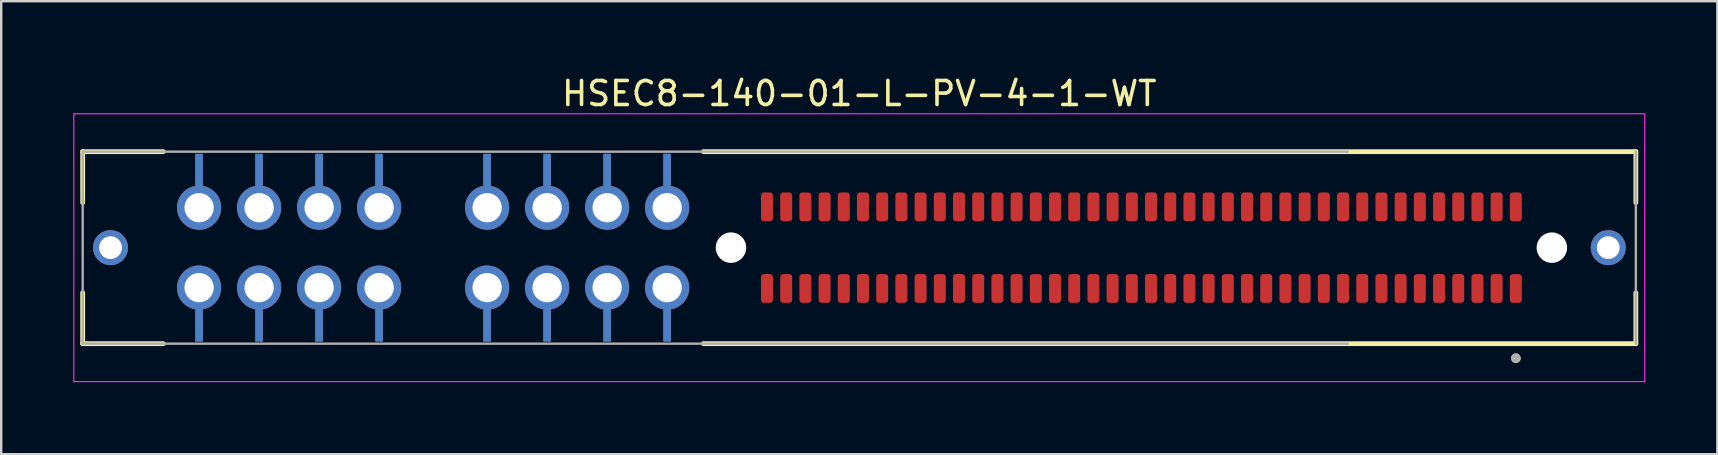
<source format=kicad_pcb>
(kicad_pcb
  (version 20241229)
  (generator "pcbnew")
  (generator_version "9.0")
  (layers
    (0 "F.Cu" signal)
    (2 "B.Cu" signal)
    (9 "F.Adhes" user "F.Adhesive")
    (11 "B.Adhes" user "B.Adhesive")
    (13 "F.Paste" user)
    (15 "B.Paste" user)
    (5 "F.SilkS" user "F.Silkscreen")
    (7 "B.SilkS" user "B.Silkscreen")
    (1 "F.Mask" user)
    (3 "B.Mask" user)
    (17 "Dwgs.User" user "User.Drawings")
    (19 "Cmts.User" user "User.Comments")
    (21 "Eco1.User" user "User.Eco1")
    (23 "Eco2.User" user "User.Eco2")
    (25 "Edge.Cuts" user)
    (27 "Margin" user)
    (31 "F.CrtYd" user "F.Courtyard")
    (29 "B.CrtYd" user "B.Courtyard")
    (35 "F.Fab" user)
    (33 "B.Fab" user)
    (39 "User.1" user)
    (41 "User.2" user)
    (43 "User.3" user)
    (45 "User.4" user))
  (footprint "HSEC8-140-01-L-PV-4-1-WT"
    (layer "F.Cu")
    (at 32.75 7.348)
    (property "Reference" "HSEC8-140-01-L-PV-4-1-WT" (at 0 -6.5 0) (unlocked yes) (layer "F.SilkS") (effects (font (size 1 1) (thickness 0.15))))
    (attr smd)
    (fp_line (start -32.355 -4.08) (end -28.995 -4.08) (stroke (width 0.2) (type solid)) (layer "F.SilkS"))
    (fp_line (start -32.355 -1.955) (end -32.355 -4.08) (stroke (width 0.2) (type solid)) (layer "F.SilkS"))
    (fp_line (start -32.355 3.92) (end -32.355 1.795) (stroke (width 0.2) (type solid)) (layer "F.SilkS"))
    (fp_line (start -28.995 3.92) (end -32.355 3.92) (stroke (width 0.2) (type solid)) (layer "F.SilkS"))
    (fp_line (start -6.495 -4.08) (end 32.355 -4.08) (stroke (width 0.2) (type solid)) (layer "F.SilkS"))
    (fp_line (start 32.355 -4.08) (end 32.355 -1.955) (stroke (width 0.2) (type solid)) (layer "F.SilkS"))
    (fp_line (start 32.355 1.795) (end 32.355 3.92) (stroke (width 0.2) (type solid)) (layer "F.SilkS"))
    (fp_line (start 32.355 3.92) (end -6.495 3.92) (stroke (width 0.2) (type solid)) (layer "F.SilkS"))
    (fp_circle (center 27.355 4.525) (end 27.455 4.525) (stroke (width 0.2) (type solid)) (fill no) (layer "F.SilkS"))
    (fp_poly (pts (xy -32.465 -1.605) (xy -29.925 -1.605) (xy -29.925 1.445) (xy -32.465 1.445)) (stroke (width 0.01) (type solid)) (fill yes) (layer "F.Paste"))
    (fp_poly (pts (xy -28.52 -5.41) (xy -26.49 -5.41) (xy -26.49 -0.33) (xy -28.52 -0.33)) (stroke (width 0.01) (type solid)) (fill yes) (layer "F.Paste"))
    (fp_poly (pts (xy -28.52 0.17) (xy -26.49 0.17) (xy -26.49 5.25) (xy -28.52 5.25)) (stroke (width 0.01) (type solid)) (fill yes) (layer "F.Paste"))
    (fp_poly (pts (xy -26.02 -5.41) (xy -23.99 -5.41) (xy -23.99 -0.33) (xy -26.02 -0.33)) (stroke (width 0.01) (type solid)) (fill yes) (layer "F.Paste"))
    (fp_poly (pts (xy -26.02 0.17) (xy -23.99 0.17) (xy -23.99 5.25) (xy -26.02 5.25)) (stroke (width 0.01) (type solid)) (fill yes) (layer "F.Paste"))
    (fp_poly (pts (xy -23.52 -5.41) (xy -21.49 -5.41) (xy -21.49 -0.33) (xy -23.52 -0.33)) (stroke (width 0.01) (type solid)) (fill yes) (layer "F.Paste"))
    (fp_poly (pts (xy -23.52 0.17) (xy -21.49 0.17) (xy -21.49 5.25) (xy -23.52 5.25)) (stroke (width 0.01) (type solid)) (fill yes) (layer "F.Paste"))
    (fp_poly (pts (xy -21.02 -5.41) (xy -18.99 -5.41) (xy -18.99 -0.33) (xy -21.02 -0.33)) (stroke (width 0.01) (type solid)) (fill yes) (layer "F.Paste"))
    (fp_poly (pts (xy -21.02 0.17) (xy -18.99 0.17) (xy -18.99 5.25) (xy -21.02 5.25)) (stroke (width 0.01) (type solid)) (fill yes) (layer "F.Paste"))
    (fp_poly (pts (xy -16.52 -5.41) (xy -14.49 -5.41) (xy -14.49 -0.33) (xy -16.52 -0.33)) (stroke (width 0.01) (type solid)) (fill yes) (layer "F.Paste"))
    (fp_poly (pts (xy -16.52 0.17) (xy -14.49 0.17) (xy -14.49 5.25) (xy -16.52 5.25)) (stroke (width 0.01) (type solid)) (fill yes) (layer "F.Paste"))
    (fp_poly (pts (xy -14.02 -5.41) (xy -11.99 -5.41) (xy -11.99 -0.33) (xy -14.02 -0.33)) (stroke (width 0.01) (type solid)) (fill yes) (layer "F.Paste"))
    (fp_poly (pts (xy -14.02 0.17) (xy -11.99 0.17) (xy -11.99 5.25) (xy -14.02 5.25)) (stroke (width 0.01) (type solid)) (fill yes) (layer "F.Paste"))
    (fp_poly (pts (xy -11.52 -5.41) (xy -9.49 -5.41) (xy -9.49 -0.33) (xy -11.52 -0.33)) (stroke (width 0.01) (type solid)) (fill yes) (layer "F.Paste"))
    (fp_poly (pts (xy -11.52 0.17) (xy -9.49 0.17) (xy -9.49 5.25) (xy -11.52 5.25)) (stroke (width 0.01) (type solid)) (fill yes) (layer "F.Paste"))
    (fp_poly (pts (xy -9.02 -5.41) (xy -6.99 -5.41) (xy -6.99 -0.33) (xy -9.02 -0.33)) (stroke (width 0.01) (type solid)) (fill yes) (layer "F.Paste"))
    (fp_poly (pts (xy -9.02 0.17) (xy -6.99 0.17) (xy -6.99 5.25) (xy -9.02 5.25)) (stroke (width 0.01) (type solid)) (fill yes) (layer "F.Paste"))
    (fp_poly (pts (xy 29.935 -1.605) (xy 32.475 -1.605) (xy 32.475 1.445) (xy 29.935 1.445)) (stroke (width 0.01) (type solid)) (fill yes) (layer "F.Paste"))
    (fp_line (start -32.725 -5.66) (end 32.725 -5.66) (stroke (width 0.05) (type solid)) (layer "F.CrtYd"))
    (fp_line (start -32.725 5.5) (end -32.725 -5.66) (stroke (width 0.05) (type solid)) (layer "F.CrtYd"))
    (fp_line (start 32.725 -5.66) (end 32.725 5.5) (stroke (width 0.05) (type solid)) (layer "F.CrtYd"))
    (fp_line (start 32.725 5.5) (end -32.725 5.5) (stroke (width 0.05) (type solid)) (layer "F.CrtYd"))
    (fp_line (start -32.355 -4.08) (end 20.355 -4.08) (stroke (width 0.1) (type solid)) (layer "F.Fab"))
    (fp_line (start -32.355 3.92) (end -32.355 -4.08) (stroke (width 0.1) (type solid)) (layer "F.Fab"))
    (fp_line (start 20.355 3.92) (end -32.355 3.92) (stroke (width 0.1) (type solid)) (layer "F.Fab"))
    (fp_line (start 32.355 -4.08) (end 32.355 3.92) (stroke (width 0.1) (type solid)) (layer "F.Fab"))
    (fp_circle (center 27.355 4.525) (end 27.455 4.525) (stroke (width 0.2) (type solid)) (fill no) (layer "F.Fab"))
    (pad "" np_thru_hole circle (at -5.345 -0.08) (size 1.27 1.27) (drill 1.27) (layers "*.Cu" "*.Mask"))
    (pad "" np_thru_hole circle (at 28.855 -0.08) (size 1.27 1.27) (drill 1.27) (layers "*.Cu" "*.Mask"))
    (pad "1" smd roundrect (at 27.355 1.62) (size 0.5 1.2) (layers "F.Cu" "F.Mask" "F.Paste") (roundrect_rratio 0.25))
    (pad "2" smd roundrect (at 27.355 -1.78) (size 0.5 1.2) (layers "F.Cu" "F.Mask" "F.Paste") (roundrect_rratio 0.25))
    (pad "3" smd roundrect (at 26.555 1.62) (size 0.5 1.2) (layers "F.Cu" "F.Mask" "F.Paste") (roundrect_rratio 0.25))
    (pad "4" smd roundrect (at 26.555 -1.78) (size 0.5 1.2) (layers "F.Cu" "F.Mask" "F.Paste") (roundrect_rratio 0.25))
    (pad "5" smd roundrect (at 25.755 1.62) (size 0.5 1.2) (layers "F.Cu" "F.Mask" "F.Paste") (roundrect_rratio 0.25))
    (pad "6" smd roundrect (at 25.755 -1.78) (size 0.5 1.2) (layers "F.Cu" "F.Mask" "F.Paste") (roundrect_rratio 0.25))
    (pad "7" smd roundrect (at 24.955 1.62) (size 0.5 1.2) (layers "F.Cu" "F.Mask" "F.Paste") (roundrect_rratio 0.25))
    (pad "8" smd roundrect (at 24.955 -1.78) (size 0.5 1.2) (layers "F.Cu" "F.Mask" "F.Paste") (roundrect_rratio 0.25))
    (pad "9" smd roundrect (at 24.155 1.62) (size 0.5 1.2) (layers "F.Cu" "F.Mask" "F.Paste") (roundrect_rratio 0.25))
    (pad "10" smd roundrect (at 24.155 -1.78) (size 0.5 1.2) (layers "F.Cu" "F.Mask" "F.Paste") (roundrect_rratio 0.25))
    (pad "11" smd roundrect (at 23.355 1.62) (size 0.5 1.2) (layers "F.Cu" "F.Mask" "F.Paste") (roundrect_rratio 0.25))
    (pad "12" smd roundrect (at 23.355 -1.78) (size 0.5 1.2) (layers "F.Cu" "F.Mask" "F.Paste") (roundrect_rratio 0.25))
    (pad "13" smd roundrect (at 22.555 1.62) (size 0.5 1.2) (layers "F.Cu" "F.Mask" "F.Paste") (roundrect_rratio 0.25))
    (pad "14" smd roundrect (at 22.555 -1.78) (size 0.5 1.2) (layers "F.Cu" "F.Mask" "F.Paste") (roundrect_rratio 0.25))
    (pad "15" smd roundrect (at 21.755 1.62) (size 0.5 1.2) (layers "F.Cu" "F.Mask" "F.Paste") (roundrect_rratio 0.25))
    (pad "16" smd roundrect (at 21.755 -1.78) (size 0.5 1.2) (layers "F.Cu" "F.Mask" "F.Paste") (roundrect_rratio 0.25))
    (pad "17" smd roundrect (at 20.955 1.62) (size 0.5 1.2) (layers "F.Cu" "F.Mask" "F.Paste") (roundrect_rratio 0.25))
    (pad "18" smd roundrect (at 20.955 -1.78) (size 0.5 1.2) (layers "F.Cu" "F.Mask" "F.Paste") (roundrect_rratio 0.25))
    (pad "19" smd roundrect (at 20.155 1.62) (size 0.5 1.2) (layers "F.Cu" "F.Mask" "F.Paste") (roundrect_rratio 0.25))
    (pad "20" smd roundrect (at 20.155 -1.78) (size 0.5 1.2) (layers "F.Cu" "F.Mask" "F.Paste") (roundrect_rratio 0.25))
    (pad "21" smd roundrect (at 19.355 1.62) (size 0.5 1.2) (layers "F.Cu" "F.Mask" "F.Paste") (roundrect_rratio 0.25))
    (pad "22" smd roundrect (at 19.355 -1.78) (size 0.5 1.2) (layers "F.Cu" "F.Mask" "F.Paste") (roundrect_rratio 0.25))
    (pad "23" smd roundrect (at 18.555 1.62) (size 0.5 1.2) (layers "F.Cu" "F.Mask" "F.Paste") (roundrect_rratio 0.25))
    (pad "24" smd roundrect (at 18.555 -1.78) (size 0.5 1.2) (layers "F.Cu" "F.Mask" "F.Paste") (roundrect_rratio 0.25))
    (pad "25" smd roundrect (at 17.755 1.62) (size 0.5 1.2) (layers "F.Cu" "F.Mask" "F.Paste") (roundrect_rratio 0.25))
    (pad "26" smd roundrect (at 17.755 -1.78) (size 0.5 1.2) (layers "F.Cu" "F.Mask" "F.Paste") (roundrect_rratio 0.25))
    (pad "27" smd roundrect (at 16.955 1.62) (size 0.5 1.2) (layers "F.Cu" "F.Mask" "F.Paste") (roundrect_rratio 0.25))
    (pad "28" smd roundrect (at 16.955 -1.78) (size 0.5 1.2) (layers "F.Cu" "F.Mask" "F.Paste") (roundrect_rratio 0.25))
    (pad "29" smd roundrect (at 16.155 1.62) (size 0.5 1.2) (layers "F.Cu" "F.Mask" "F.Paste") (roundrect_rratio 0.25))
    (pad "30" smd roundrect (at 16.155 -1.78) (size 0.5 1.2) (layers "F.Cu" "F.Mask" "F.Paste") (roundrect_rratio 0.25))
    (pad "31" smd roundrect (at 15.355 1.62) (size 0.5 1.2) (layers "F.Cu" "F.Mask" "F.Paste") (roundrect_rratio 0.25))
    (pad "32" smd roundrect (at 15.355 -1.78) (size 0.5 1.2) (layers "F.Cu" "F.Mask" "F.Paste") (roundrect_rratio 0.25))
    (pad "33" smd roundrect (at 14.555 1.62) (size 0.5 1.2) (layers "F.Cu" "F.Mask" "F.Paste") (roundrect_rratio 0.25))
    (pad "34" smd roundrect (at 14.555 -1.78) (size 0.5 1.2) (layers "F.Cu" "F.Mask" "F.Paste") (roundrect_rratio 0.25))
    (pad "35" smd roundrect (at 13.755 1.62) (size 0.5 1.2) (layers "F.Cu" "F.Mask" "F.Paste") (roundrect_rratio 0.25))
    (pad "36" smd roundrect (at 13.755 -1.78) (size 0.5 1.2) (layers "F.Cu" "F.Mask" "F.Paste") (roundrect_rratio 0.25))
    (pad "37" smd roundrect (at 12.955 1.62) (size 0.5 1.2) (layers "F.Cu" "F.Mask" "F.Paste") (roundrect_rratio 0.25))
    (pad "38" smd roundrect (at 12.955 -1.78) (size 0.5 1.2) (layers "F.Cu" "F.Mask" "F.Paste") (roundrect_rratio 0.25))
    (pad "39" smd roundrect (at 12.155 1.62) (size 0.5 1.2) (layers "F.Cu" "F.Mask" "F.Paste") (roundrect_rratio 0.25))
    (pad "40" smd roundrect (at 12.155 -1.78) (size 0.5 1.2) (layers "F.Cu" "F.Mask" "F.Paste") (roundrect_rratio 0.25))
    (pad "41" smd roundrect (at 11.355 1.62) (size 0.5 1.2) (layers "F.Cu" "F.Mask" "F.Paste") (roundrect_rratio 0.25))
    (pad "42" smd roundrect (at 11.355 -1.78) (size 0.5 1.2) (layers "F.Cu" "F.Mask" "F.Paste") (roundrect_rratio 0.25))
    (pad "43" smd roundrect (at 10.555 1.62) (size 0.5 1.2) (layers "F.Cu" "F.Mask" "F.Paste") (roundrect_rratio 0.25))
    (pad "44" smd roundrect (at 10.555 -1.78) (size 0.5 1.2) (layers "F.Cu" "F.Mask" "F.Paste") (roundrect_rratio 0.25))
    (pad "45" smd roundrect (at 9.755 1.62) (size 0.5 1.2) (layers "F.Cu" "F.Mask" "F.Paste") (roundrect_rratio 0.25))
    (pad "46" smd roundrect (at 9.755 -1.78) (size 0.5 1.2) (layers "F.Cu" "F.Mask" "F.Paste") (roundrect_rratio 0.25))
    (pad "47" smd roundrect (at 8.955 1.62) (size 0.5 1.2) (layers "F.Cu" "F.Mask" "F.Paste") (roundrect_rratio 0.25))
    (pad "48" smd roundrect (at 8.955 -1.78) (size 0.5 1.2) (layers "F.Cu" "F.Mask" "F.Paste") (roundrect_rratio 0.25))
    (pad "49" smd roundrect (at 8.155 1.62) (size 0.5 1.2) (layers "F.Cu" "F.Mask" "F.Paste") (roundrect_rratio 0.25))
    (pad "50" smd roundrect (at 8.155 -1.78) (size 0.5 1.2) (layers "F.Cu" "F.Mask" "F.Paste") (roundrect_rratio 0.25))
    (pad "51" smd roundrect (at 7.355 1.62) (size 0.5 1.2) (layers "F.Cu" "F.Mask" "F.Paste") (roundrect_rratio 0.25))
    (pad "52" smd roundrect (at 7.355 -1.78) (size 0.5 1.2) (layers "F.Cu" "F.Mask" "F.Paste") (roundrect_rratio 0.25))
    (pad "53" smd roundrect (at 6.555 1.62) (size 0.5 1.2) (layers "F.Cu" "F.Mask" "F.Paste") (roundrect_rratio 0.25))
    (pad "54" smd roundrect (at 6.555 -1.78) (size 0.5 1.2) (layers "F.Cu" "F.Mask" "F.Paste") (roundrect_rratio 0.25))
    (pad "55" smd roundrect (at 5.755 1.62) (size 0.5 1.2) (layers "F.Cu" "F.Mask" "F.Paste") (roundrect_rratio 0.25))
    (pad "56" smd roundrect (at 5.755 -1.78) (size 0.5 1.2) (layers "F.Cu" "F.Mask" "F.Paste") (roundrect_rratio 0.25))
    (pad "57" smd roundrect (at 4.955 1.62) (size 0.5 1.2) (layers "F.Cu" "F.Mask" "F.Paste") (roundrect_rratio 0.25))
    (pad "58" smd roundrect (at 4.955 -1.78) (size 0.5 1.2) (layers "F.Cu" "F.Mask" "F.Paste") (roundrect_rratio 0.25))
    (pad "59" smd roundrect (at 4.155 1.62) (size 0.5 1.2) (layers "F.Cu" "F.Mask" "F.Paste") (roundrect_rratio 0.25))
    (pad "60" smd roundrect (at 4.155 -1.78) (size 0.5 1.2) (layers "F.Cu" "F.Mask" "F.Paste") (roundrect_rratio 0.25))
    (pad "61" smd roundrect (at 3.355 1.62) (size 0.5 1.2) (layers "F.Cu" "F.Mask" "F.Paste") (roundrect_rratio 0.25))
    (pad "62" smd roundrect (at 3.355 -1.78) (size 0.5 1.2) (layers "F.Cu" "F.Mask" "F.Paste") (roundrect_rratio 0.25))
    (pad "63" smd roundrect (at 2.555 1.62) (size 0.5 1.2) (layers "F.Cu" "F.Mask" "F.Paste") (roundrect_rratio 0.25))
    (pad "64" smd roundrect (at 2.555 -1.78) (size 0.5 1.2) (layers "F.Cu" "F.Mask" "F.Paste") (roundrect_rratio 0.25))
    (pad "65" smd roundrect (at 1.755 1.62) (size 0.5 1.2) (layers "F.Cu" "F.Mask" "F.Paste") (roundrect_rratio 0.25))
    (pad "66" smd roundrect (at 1.755 -1.78) (size 0.5 1.2) (layers "F.Cu" "F.Mask" "F.Paste") (roundrect_rratio 0.25))
    (pad "67" smd roundrect (at 0.955 1.62) (size 0.5 1.2) (layers "F.Cu" "F.Mask" "F.Paste") (roundrect_rratio 0.25))
    (pad "68" smd roundrect (at 0.955 -1.78) (size 0.5 1.2) (layers "F.Cu" "F.Mask" "F.Paste") (roundrect_rratio 0.25))
    (pad "69" smd roundrect (at 0.155 1.62) (size 0.5 1.2) (layers "F.Cu" "F.Mask" "F.Paste") (roundrect_rratio 0.25))
    (pad "70" smd roundrect (at 0.155 -1.78) (size 0.5 1.2) (layers "F.Cu" "F.Mask" "F.Paste") (roundrect_rratio 0.25))
    (pad "71" smd roundrect (at -0.645 1.62) (size 0.5 1.2) (layers "F.Cu" "F.Mask" "F.Paste") (roundrect_rratio 0.25))
    (pad "72" smd roundrect (at -0.645 -1.78) (size 0.5 1.2) (layers "F.Cu" "F.Mask" "F.Paste") (roundrect_rratio 0.25))
    (pad "73" smd roundrect (at -1.445 1.62) (size 0.5 1.2) (layers "F.Cu" "F.Mask" "F.Paste") (roundrect_rratio 0.25))
    (pad "74" smd roundrect (at -1.445 -1.78) (size 0.5 1.2) (layers "F.Cu" "F.Mask" "F.Paste") (roundrect_rratio 0.25))
    (pad "75" smd roundrect (at -2.245 1.62) (size 0.5 1.2) (layers "F.Cu" "F.Mask" "F.Paste") (roundrect_rratio 0.25))
    (pad "76" smd roundrect (at -2.245 -1.78) (size 0.5 1.2) (layers "F.Cu" "F.Mask" "F.Paste") (roundrect_rratio 0.25))
    (pad "77" smd roundrect (at -3.045 1.62) (size 0.5 1.2) (layers "F.Cu" "F.Mask" "F.Paste") (roundrect_rratio 0.25))
    (pad "78" smd roundrect (at -3.045 -1.78) (size 0.5 1.2) (layers "F.Cu" "F.Mask" "F.Paste") (roundrect_rratio 0.25))
    (pad "79" smd roundrect (at -3.845 1.62) (size 0.5 1.2) (layers "F.Cu" "F.Mask" "F.Paste") (roundrect_rratio 0.25))
    (pad "80" smd roundrect (at -3.845 -1.78) (size 0.5 1.2) (layers "F.Cu" "F.Mask" "F.Paste") (roundrect_rratio 0.25))
    (pad "P01" thru_hole custom (at -15.505 1.585 180) (size 1.83 1.83) (drill 1.22) (layers "*.Cu" "*.Mask") (remove_unused_layers yes) (keep_end_layers yes) (zone_layer_connections) (options (anchor circle)) (primitives (gr_poly (pts (xy 0.155 -0.9) (xy 0.196 -0.892) (xy 0.238 -0.883) (xy 0.28 -0.871) (xy 0.32 -0.857) (xy 0.36 -0.842) (xy 0.4 -0.824) (xy 0.438 -0.805) (xy 0.476 -0.783) (xy 0.512 -0.761) (xy 0.547 -0.736) (xy 0.581 -0.71) (xy 0.614 -0.682) (xy 0.646 -0.652) (xy 0.676 -0.621) (xy 0.704 -0.589) (xy 0.731 -0.555) (xy 0.756 -0.52) (xy 0.78 -0.484) (xy 0.801 -0.447) (xy 0.821 -0.409) (xy 0.84 -0.37) (xy 0.856 -0.33) (xy 0.87 -0.29) (xy 0.883 -0.249) (xy 0.893 -0.207) (xy 0.902 -0.165) (xy 0.908 -0.122) (xy 0.912 -0.079) (xy 0.915 -0.036) (xy 0.915 0) (xy 0.914 0.048) (xy 0.91 0.096) (xy 0.904 0.143) (xy 0.895 0.19) (xy 0.884 0.237) (xy 0.87 0.283) (xy 0.854 0.328) (xy 0.836 0.372) (xy 0.815 0.415) (xy 0.792 0.457) (xy 0.767 0.498) (xy 0.74 0.538) (xy 0.711 0.576) (xy 0.68 0.612) (xy 0.647 0.647) (xy 0.612 0.68) (xy 0.576 0.711) (xy 0.538 0.74) (xy 0.498 0.767) (xy 0.458 0.792) (xy 0.415 0.815) (xy 0.372 0.836) (xy 0.328 0.854) (xy 0.283 0.87) (xy 0.237 0.884) (xy 0.19 0.895) (xy 0.143 0.904) (xy 0.096 0.91) (xy 0.048 0.914) (xy 0 0.915) (xy -0.048 0.914) (xy -0.096 0.91) (xy -0.143 0.904) (xy -0.19 0.895) (xy -0.237 0.884) (xy -0.283 0.87) (xy -0.328 0.854) (xy -0.372 0.836) (xy -0.415 0.815) (xy -0.458 0.792) (xy -0.498 0.767) (xy -0.538 0.74) (xy -0.576 0.711) (xy -0.612 0.68) (xy -0.647 0.647) (xy -0.68 0.612) (xy -0.711 0.576) (xy -0.74 0.538) (xy -0.767 0.498) (xy -0.792 0.458) (xy -0.815 0.415) (xy -0.836 0.372) (xy -0.854 0.328) (xy -0.87 0.283) (xy -0.884 0.237) (xy -0.895 0.19) (xy -0.904 0.143) (xy -0.91 0.096) (xy -0.914 0.048) (xy -0.915 0) (xy -0.915 -0.036) (xy -0.912 -0.079) (xy -0.908 -0.122) (xy -0.902 -0.165) (xy -0.893 -0.207) (xy -0.883 -0.249) (xy -0.87 -0.29) (xy -0.856 -0.33) (xy -0.84 -0.37) (xy -0.821 -0.409) (xy -0.801 -0.447) (xy -0.78 -0.484) (xy -0.756 -0.52) (xy -0.731 -0.555) (xy -0.704 -0.589) (xy -0.676 -0.621) (xy -0.646 -0.652) (xy -0.614 -0.682) (xy -0.581 -0.71) (xy -0.547 -0.736) (xy -0.512 -0.761) (xy -0.476 -0.783) (xy -0.438 -0.805) (xy -0.4 -0.824) (xy -0.36 -0.842) (xy -0.32 -0.857) (xy -0.28 -0.871) (xy -0.238 -0.883) (xy -0.196 -0.892) (xy -0.155 -0.9) (xy -0.155 -2.24) (xy 0.155 -2.24) (xy 0.155 -0.9)) (width 0.01) (fill yes))))
    (pad "P01" thru_hole custom (at -13.005 1.585 180) (size 1.83 1.83) (drill 1.22) (layers "*.Cu" "*.Mask") (remove_unused_layers yes) (keep_end_layers yes) (zone_layer_connections) (options (anchor circle)) (primitives (gr_poly (pts (xy 0.155 -0.9) (xy 0.196 -0.892) (xy 0.238 -0.883) (xy 0.28 -0.871) (xy 0.32 -0.857) (xy 0.36 -0.842) (xy 0.4 -0.824) (xy 0.438 -0.805) (xy 0.476 -0.783) (xy 0.512 -0.761) (xy 0.547 -0.736) (xy 0.581 -0.71) (xy 0.614 -0.682) (xy 0.646 -0.652) (xy 0.676 -0.621) (xy 0.704 -0.589) (xy 0.731 -0.555) (xy 0.756 -0.52) (xy 0.78 -0.484) (xy 0.801 -0.447) (xy 0.821 -0.409) (xy 0.84 -0.37) (xy 0.856 -0.33) (xy 0.87 -0.29) (xy 0.883 -0.249) (xy 0.893 -0.207) (xy 0.902 -0.165) (xy 0.908 -0.122) (xy 0.912 -0.079) (xy 0.915 -0.036) (xy 0.915 0) (xy 0.914 0.048) (xy 0.91 0.096) (xy 0.904 0.143) (xy 0.895 0.19) (xy 0.884 0.237) (xy 0.87 0.283) (xy 0.854 0.328) (xy 0.836 0.372) (xy 0.815 0.415) (xy 0.792 0.457) (xy 0.767 0.498) (xy 0.74 0.538) (xy 0.711 0.576) (xy 0.68 0.612) (xy 0.647 0.647) (xy 0.612 0.68) (xy 0.576 0.711) (xy 0.538 0.74) (xy 0.498 0.767) (xy 0.458 0.792) (xy 0.415 0.815) (xy 0.372 0.836) (xy 0.328 0.854) (xy 0.283 0.87) (xy 0.237 0.884) (xy 0.19 0.895) (xy 0.143 0.904) (xy 0.096 0.91) (xy 0.048 0.914) (xy 0 0.915) (xy -0.048 0.914) (xy -0.096 0.91) (xy -0.143 0.904) (xy -0.19 0.895) (xy -0.237 0.884) (xy -0.283 0.87) (xy -0.328 0.854) (xy -0.372 0.836) (xy -0.415 0.815) (xy -0.458 0.792) (xy -0.498 0.767) (xy -0.538 0.74) (xy -0.576 0.711) (xy -0.612 0.68) (xy -0.647 0.647) (xy -0.68 0.612) (xy -0.711 0.576) (xy -0.74 0.538) (xy -0.767 0.498) (xy -0.792 0.458) (xy -0.815 0.415) (xy -0.836 0.372) (xy -0.854 0.328) (xy -0.87 0.283) (xy -0.884 0.237) (xy -0.895 0.19) (xy -0.904 0.143) (xy -0.91 0.096) (xy -0.914 0.048) (xy -0.915 0) (xy -0.915 -0.036) (xy -0.912 -0.079) (xy -0.908 -0.122) (xy -0.902 -0.165) (xy -0.893 -0.207) (xy -0.883 -0.249) (xy -0.87 -0.29) (xy -0.856 -0.33) (xy -0.84 -0.37) (xy -0.821 -0.409) (xy -0.801 -0.447) (xy -0.78 -0.484) (xy -0.756 -0.52) (xy -0.731 -0.555) (xy -0.704 -0.589) (xy -0.676 -0.621) (xy -0.646 -0.652) (xy -0.614 -0.682) (xy -0.581 -0.71) (xy -0.547 -0.736) (xy -0.512 -0.761) (xy -0.476 -0.783) (xy -0.438 -0.805) (xy -0.4 -0.824) (xy -0.36 -0.842) (xy -0.32 -0.857) (xy -0.28 -0.871) (xy -0.238 -0.883) (xy -0.196 -0.892) (xy -0.155 -0.9) (xy -0.155 -2.24) (xy 0.155 -2.24) (xy 0.155 -0.9)) (width 0.01) (fill yes))))
    (pad "P01" thru_hole custom (at -10.505 1.585 180) (size 1.83 1.83) (drill 1.22) (layers "*.Cu" "*.Mask") (remove_unused_layers yes) (keep_end_layers yes) (zone_layer_connections) (options (anchor circle)) (primitives (gr_poly (pts (xy 0.155 -0.9) (xy 0.196 -0.892) (xy 0.238 -0.883) (xy 0.28 -0.871) (xy 0.32 -0.857) (xy 0.36 -0.842) (xy 0.4 -0.824) (xy 0.438 -0.805) (xy 0.476 -0.783) (xy 0.512 -0.761) (xy 0.547 -0.736) (xy 0.581 -0.71) (xy 0.614 -0.682) (xy 0.646 -0.652) (xy 0.676 -0.621) (xy 0.704 -0.589) (xy 0.731 -0.555) (xy 0.756 -0.52) (xy 0.78 -0.484) (xy 0.801 -0.447) (xy 0.821 -0.409) (xy 0.84 -0.37) (xy 0.856 -0.33) (xy 0.87 -0.29) (xy 0.883 -0.249) (xy 0.893 -0.207) (xy 0.902 -0.165) (xy 0.908 -0.122) (xy 0.912 -0.079) (xy 0.915 -0.036) (xy 0.915 0) (xy 0.914 0.048) (xy 0.91 0.096) (xy 0.904 0.143) (xy 0.895 0.19) (xy 0.884 0.237) (xy 0.87 0.283) (xy 0.854 0.328) (xy 0.836 0.372) (xy 0.815 0.415) (xy 0.792 0.457) (xy 0.767 0.498) (xy 0.74 0.538) (xy 0.711 0.576) (xy 0.68 0.612) (xy 0.647 0.647) (xy 0.612 0.68) (xy 0.576 0.711) (xy 0.538 0.74) (xy 0.498 0.767) (xy 0.458 0.792) (xy 0.415 0.815) (xy 0.372 0.836) (xy 0.328 0.854) (xy 0.283 0.87) (xy 0.237 0.884) (xy 0.19 0.895) (xy 0.143 0.904) (xy 0.096 0.91) (xy 0.048 0.914) (xy 0 0.915) (xy -0.048 0.914) (xy -0.096 0.91) (xy -0.143 0.904) (xy -0.19 0.895) (xy -0.237 0.884) (xy -0.283 0.87) (xy -0.328 0.854) (xy -0.372 0.836) (xy -0.415 0.815) (xy -0.458 0.792) (xy -0.498 0.767) (xy -0.538 0.74) (xy -0.576 0.711) (xy -0.612 0.68) (xy -0.647 0.647) (xy -0.68 0.612) (xy -0.711 0.576) (xy -0.74 0.538) (xy -0.767 0.498) (xy -0.792 0.458) (xy -0.815 0.415) (xy -0.836 0.372) (xy -0.854 0.328) (xy -0.87 0.283) (xy -0.884 0.237) (xy -0.895 0.19) (xy -0.904 0.143) (xy -0.91 0.096) (xy -0.914 0.048) (xy -0.915 0) (xy -0.915 -0.036) (xy -0.912 -0.079) (xy -0.908 -0.122) (xy -0.902 -0.165) (xy -0.893 -0.207) (xy -0.883 -0.249) (xy -0.87 -0.29) (xy -0.856 -0.33) (xy -0.84 -0.37) (xy -0.821 -0.409) (xy -0.801 -0.447) (xy -0.78 -0.484) (xy -0.756 -0.52) (xy -0.731 -0.555) (xy -0.704 -0.589) (xy -0.676 -0.621) (xy -0.646 -0.652) (xy -0.614 -0.682) (xy -0.581 -0.71) (xy -0.547 -0.736) (xy -0.512 -0.761) (xy -0.476 -0.783) (xy -0.438 -0.805) (xy -0.4 -0.824) (xy -0.36 -0.842) (xy -0.32 -0.857) (xy -0.28 -0.871) (xy -0.238 -0.883) (xy -0.196 -0.892) (xy -0.155 -0.9) (xy -0.155 -2.24) (xy 0.155 -2.24) (xy 0.155 -0.9)) (width 0.01) (fill yes))))
    (pad "P01" thru_hole custom (at -8.005 1.585 180) (size 1.83 1.83) (drill 1.22) (layers "*.Cu" "*.Mask") (remove_unused_layers yes) (keep_end_layers yes) (zone_layer_connections) (options (anchor circle)) (primitives (gr_poly (pts (xy 0.155 -0.9) (xy 0.196 -0.892) (xy 0.238 -0.883) (xy 0.28 -0.871) (xy 0.32 -0.857) (xy 0.36 -0.842) (xy 0.4 -0.824) (xy 0.438 -0.805) (xy 0.476 -0.783) (xy 0.512 -0.761) (xy 0.547 -0.736) (xy 0.581 -0.71) (xy 0.614 -0.682) (xy 0.646 -0.652) (xy 0.676 -0.621) (xy 0.704 -0.589) (xy 0.731 -0.555) (xy 0.756 -0.52) (xy 0.78 -0.484) (xy 0.801 -0.447) (xy 0.821 -0.409) (xy 0.84 -0.37) (xy 0.856 -0.33) (xy 0.87 -0.29) (xy 0.883 -0.249) (xy 0.893 -0.207) (xy 0.902 -0.165) (xy 0.908 -0.122) (xy 0.912 -0.079) (xy 0.915 -0.036) (xy 0.915 0) (xy 0.914 0.048) (xy 0.91 0.096) (xy 0.904 0.143) (xy 0.895 0.19) (xy 0.884 0.237) (xy 0.87 0.283) (xy 0.854 0.328) (xy 0.836 0.372) (xy 0.815 0.415) (xy 0.792 0.457) (xy 0.767 0.498) (xy 0.74 0.538) (xy 0.711 0.576) (xy 0.68 0.612) (xy 0.647 0.647) (xy 0.612 0.68) (xy 0.576 0.711) (xy 0.538 0.74) (xy 0.498 0.767) (xy 0.458 0.792) (xy 0.415 0.815) (xy 0.372 0.836) (xy 0.328 0.854) (xy 0.283 0.87) (xy 0.237 0.884) (xy 0.19 0.895) (xy 0.143 0.904) (xy 0.096 0.91) (xy 0.048 0.914) (xy 0 0.915) (xy -0.048 0.914) (xy -0.096 0.91) (xy -0.143 0.904) (xy -0.19 0.895) (xy -0.237 0.884) (xy -0.283 0.87) (xy -0.328 0.854) (xy -0.372 0.836) (xy -0.415 0.815) (xy -0.458 0.792) (xy -0.498 0.767) (xy -0.538 0.74) (xy -0.576 0.711) (xy -0.612 0.68) (xy -0.647 0.647) (xy -0.68 0.612) (xy -0.711 0.576) (xy -0.74 0.538) (xy -0.767 0.498) (xy -0.792 0.458) (xy -0.815 0.415) (xy -0.836 0.372) (xy -0.854 0.328) (xy -0.87 0.283) (xy -0.884 0.237) (xy -0.895 0.19) (xy -0.904 0.143) (xy -0.91 0.096) (xy -0.914 0.048) (xy -0.915 0) (xy -0.915 -0.036) (xy -0.912 -0.079) (xy -0.908 -0.122) (xy -0.902 -0.165) (xy -0.893 -0.207) (xy -0.883 -0.249) (xy -0.87 -0.29) (xy -0.856 -0.33) (xy -0.84 -0.37) (xy -0.821 -0.409) (xy -0.801 -0.447) (xy -0.78 -0.484) (xy -0.756 -0.52) (xy -0.731 -0.555) (xy -0.704 -0.589) (xy -0.676 -0.621) (xy -0.646 -0.652) (xy -0.614 -0.682) (xy -0.581 -0.71) (xy -0.547 -0.736) (xy -0.512 -0.761) (xy -0.476 -0.783) (xy -0.438 -0.805) (xy -0.4 -0.824) (xy -0.36 -0.842) (xy -0.32 -0.857) (xy -0.28 -0.871) (xy -0.238 -0.883) (xy -0.196 -0.892) (xy -0.155 -0.9) (xy -0.155 -2.24) (xy 0.155 -2.24) (xy 0.155 -0.9)) (width 0.01) (fill yes))))
    (pad "P02" thru_hole custom (at -15.505 -1.745) (size 1.83 1.83) (drill 1.22) (layers "*.Cu" "*.Mask") (remove_unused_layers yes) (keep_end_layers yes) (zone_layer_connections) (options (anchor circle)) (primitives (gr_poly (pts (xy 0.155 -0.9) (xy 0.196 -0.892) (xy 0.238 -0.883) (xy 0.28 -0.871) (xy 0.32 -0.857) (xy 0.36 -0.842) (xy 0.4 -0.824) (xy 0.438 -0.805) (xy 0.476 -0.783) (xy 0.512 -0.761) (xy 0.547 -0.736) (xy 0.581 -0.71) (xy 0.614 -0.682) (xy 0.646 -0.652) (xy 0.676 -0.621) (xy 0.704 -0.589) (xy 0.731 -0.555) (xy 0.756 -0.52) (xy 0.78 -0.484) (xy 0.801 -0.447) (xy 0.821 -0.409) (xy 0.84 -0.37) (xy 0.856 -0.33) (xy 0.87 -0.29) (xy 0.883 -0.249) (xy 0.893 -0.207) (xy 0.902 -0.165) (xy 0.908 -0.122) (xy 0.912 -0.079) (xy 0.915 -0.036) (xy 0.915 0) (xy 0.914 0.048) (xy 0.91 0.096) (xy 0.904 0.143) (xy 0.895 0.19) (xy 0.884 0.237) (xy 0.87 0.283) (xy 0.854 0.328) (xy 0.836 0.372) (xy 0.815 0.415) (xy 0.792 0.457) (xy 0.767 0.498) (xy 0.74 0.538) (xy 0.711 0.576) (xy 0.68 0.612) (xy 0.647 0.647) (xy 0.612 0.68) (xy 0.576 0.711) (xy 0.538 0.74) (xy 0.498 0.767) (xy 0.458 0.792) (xy 0.415 0.815) (xy 0.372 0.836) (xy 0.328 0.854) (xy 0.283 0.87) (xy 0.237 0.884) (xy 0.19 0.895) (xy 0.143 0.904) (xy 0.096 0.91) (xy 0.048 0.914) (xy 0 0.915) (xy -0.048 0.914) (xy -0.096 0.91) (xy -0.143 0.904) (xy -0.19 0.895) (xy -0.237 0.884) (xy -0.283 0.87) (xy -0.328 0.854) (xy -0.372 0.836) (xy -0.415 0.815) (xy -0.458 0.792) (xy -0.498 0.767) (xy -0.538 0.74) (xy -0.576 0.711) (xy -0.612 0.68) (xy -0.647 0.647) (xy -0.68 0.612) (xy -0.711 0.576) (xy -0.74 0.538) (xy -0.767 0.498) (xy -0.792 0.458) (xy -0.815 0.415) (xy -0.836 0.372) (xy -0.854 0.328) (xy -0.87 0.283) (xy -0.884 0.237) (xy -0.895 0.19) (xy -0.904 0.143) (xy -0.91 0.096) (xy -0.914 0.048) (xy -0.915 0) (xy -0.915 -0.036) (xy -0.912 -0.079) (xy -0.908 -0.122) (xy -0.902 -0.165) (xy -0.893 -0.207) (xy -0.883 -0.249) (xy -0.87 -0.29) (xy -0.856 -0.33) (xy -0.84 -0.37) (xy -0.821 -0.409) (xy -0.801 -0.447) (xy -0.78 -0.484) (xy -0.756 -0.52) (xy -0.731 -0.555) (xy -0.704 -0.589) (xy -0.676 -0.621) (xy -0.646 -0.652) (xy -0.614 -0.682) (xy -0.581 -0.71) (xy -0.547 -0.736) (xy -0.512 -0.761) (xy -0.476 -0.783) (xy -0.438 -0.805) (xy -0.4 -0.824) (xy -0.36 -0.842) (xy -0.32 -0.857) (xy -0.28 -0.871) (xy -0.238 -0.883) (xy -0.196 -0.892) (xy -0.155 -0.9) (xy -0.155 -2.24) (xy 0.155 -2.24) (xy 0.155 -0.9)) (width 0.01) (fill yes))))
    (pad "P02" thru_hole custom (at -13.005 -1.745) (size 1.83 1.83) (drill 1.22) (layers "*.Cu" "*.Mask") (remove_unused_layers yes) (keep_end_layers yes) (zone_layer_connections) (options (anchor circle)) (primitives (gr_poly (pts (xy 0.155 -0.9) (xy 0.196 -0.892) (xy 0.238 -0.883) (xy 0.28 -0.871) (xy 0.32 -0.857) (xy 0.36 -0.842) (xy 0.4 -0.824) (xy 0.438 -0.805) (xy 0.476 -0.783) (xy 0.512 -0.761) (xy 0.547 -0.736) (xy 0.581 -0.71) (xy 0.614 -0.682) (xy 0.646 -0.652) (xy 0.676 -0.621) (xy 0.704 -0.589) (xy 0.731 -0.555) (xy 0.756 -0.52) (xy 0.78 -0.484) (xy 0.801 -0.447) (xy 0.821 -0.409) (xy 0.84 -0.37) (xy 0.856 -0.33) (xy 0.87 -0.29) (xy 0.883 -0.249) (xy 0.893 -0.207) (xy 0.902 -0.165) (xy 0.908 -0.122) (xy 0.912 -0.079) (xy 0.915 -0.036) (xy 0.915 0) (xy 0.914 0.048) (xy 0.91 0.096) (xy 0.904 0.143) (xy 0.895 0.19) (xy 0.884 0.237) (xy 0.87 0.283) (xy 0.854 0.328) (xy 0.836 0.372) (xy 0.815 0.415) (xy 0.792 0.457) (xy 0.767 0.498) (xy 0.74 0.538) (xy 0.711 0.576) (xy 0.68 0.612) (xy 0.647 0.647) (xy 0.612 0.68) (xy 0.576 0.711) (xy 0.538 0.74) (xy 0.498 0.767) (xy 0.458 0.792) (xy 0.415 0.815) (xy 0.372 0.836) (xy 0.328 0.854) (xy 0.283 0.87) (xy 0.237 0.884) (xy 0.19 0.895) (xy 0.143 0.904) (xy 0.096 0.91) (xy 0.048 0.914) (xy 0 0.915) (xy -0.048 0.914) (xy -0.096 0.91) (xy -0.143 0.904) (xy -0.19 0.895) (xy -0.237 0.884) (xy -0.283 0.87) (xy -0.328 0.854) (xy -0.372 0.836) (xy -0.415 0.815) (xy -0.458 0.792) (xy -0.498 0.767) (xy -0.538 0.74) (xy -0.576 0.711) (xy -0.612 0.68) (xy -0.647 0.647) (xy -0.68 0.612) (xy -0.711 0.576) (xy -0.74 0.538) (xy -0.767 0.498) (xy -0.792 0.458) (xy -0.815 0.415) (xy -0.836 0.372) (xy -0.854 0.328) (xy -0.87 0.283) (xy -0.884 0.237) (xy -0.895 0.19) (xy -0.904 0.143) (xy -0.91 0.096) (xy -0.914 0.048) (xy -0.915 0) (xy -0.915 -0.036) (xy -0.912 -0.079) (xy -0.908 -0.122) (xy -0.902 -0.165) (xy -0.893 -0.207) (xy -0.883 -0.249) (xy -0.87 -0.29) (xy -0.856 -0.33) (xy -0.84 -0.37) (xy -0.821 -0.409) (xy -0.801 -0.447) (xy -0.78 -0.484) (xy -0.756 -0.52) (xy -0.731 -0.555) (xy -0.704 -0.589) (xy -0.676 -0.621) (xy -0.646 -0.652) (xy -0.614 -0.682) (xy -0.581 -0.71) (xy -0.547 -0.736) (xy -0.512 -0.761) (xy -0.476 -0.783) (xy -0.438 -0.805) (xy -0.4 -0.824) (xy -0.36 -0.842) (xy -0.32 -0.857) (xy -0.28 -0.871) (xy -0.238 -0.883) (xy -0.196 -0.892) (xy -0.155 -0.9) (xy -0.155 -2.24) (xy 0.155 -2.24) (xy 0.155 -0.9)) (width 0.01) (fill yes))))
    (pad "P02" thru_hole custom (at -10.505 -1.745) (size 1.83 1.83) (drill 1.22) (layers "*.Cu" "*.Mask") (remove_unused_layers yes) (keep_end_layers yes) (zone_layer_connections) (options (anchor circle)) (primitives (gr_poly (pts (xy 0.155 -0.9) (xy 0.196 -0.892) (xy 0.238 -0.883) (xy 0.28 -0.871) (xy 0.32 -0.857) (xy 0.36 -0.842) (xy 0.4 -0.824) (xy 0.438 -0.805) (xy 0.476 -0.783) (xy 0.512 -0.761) (xy 0.547 -0.736) (xy 0.581 -0.71) (xy 0.614 -0.682) (xy 0.646 -0.652) (xy 0.676 -0.621) (xy 0.704 -0.589) (xy 0.731 -0.555) (xy 0.756 -0.52) (xy 0.78 -0.484) (xy 0.801 -0.447) (xy 0.821 -0.409) (xy 0.84 -0.37) (xy 0.856 -0.33) (xy 0.87 -0.29) (xy 0.883 -0.249) (xy 0.893 -0.207) (xy 0.902 -0.165) (xy 0.908 -0.122) (xy 0.912 -0.079) (xy 0.915 -0.036) (xy 0.915 0) (xy 0.914 0.048) (xy 0.91 0.096) (xy 0.904 0.143) (xy 0.895 0.19) (xy 0.884 0.237) (xy 0.87 0.283) (xy 0.854 0.328) (xy 0.836 0.372) (xy 0.815 0.415) (xy 0.792 0.457) (xy 0.767 0.498) (xy 0.74 0.538) (xy 0.711 0.576) (xy 0.68 0.612) (xy 0.647 0.647) (xy 0.612 0.68) (xy 0.576 0.711) (xy 0.538 0.74) (xy 0.498 0.767) (xy 0.458 0.792) (xy 0.415 0.815) (xy 0.372 0.836) (xy 0.328 0.854) (xy 0.283 0.87) (xy 0.237 0.884) (xy 0.19 0.895) (xy 0.143 0.904) (xy 0.096 0.91) (xy 0.048 0.914) (xy 0 0.915) (xy -0.048 0.914) (xy -0.096 0.91) (xy -0.143 0.904) (xy -0.19 0.895) (xy -0.237 0.884) (xy -0.283 0.87) (xy -0.328 0.854) (xy -0.372 0.836) (xy -0.415 0.815) (xy -0.458 0.792) (xy -0.498 0.767) (xy -0.538 0.74) (xy -0.576 0.711) (xy -0.612 0.68) (xy -0.647 0.647) (xy -0.68 0.612) (xy -0.711 0.576) (xy -0.74 0.538) (xy -0.767 0.498) (xy -0.792 0.458) (xy -0.815 0.415) (xy -0.836 0.372) (xy -0.854 0.328) (xy -0.87 0.283) (xy -0.884 0.237) (xy -0.895 0.19) (xy -0.904 0.143) (xy -0.91 0.096) (xy -0.914 0.048) (xy -0.915 0) (xy -0.915 -0.036) (xy -0.912 -0.079) (xy -0.908 -0.122) (xy -0.902 -0.165) (xy -0.893 -0.207) (xy -0.883 -0.249) (xy -0.87 -0.29) (xy -0.856 -0.33) (xy -0.84 -0.37) (xy -0.821 -0.409) (xy -0.801 -0.447) (xy -0.78 -0.484) (xy -0.756 -0.52) (xy -0.731 -0.555) (xy -0.704 -0.589) (xy -0.676 -0.621) (xy -0.646 -0.652) (xy -0.614 -0.682) (xy -0.581 -0.71) (xy -0.547 -0.736) (xy -0.512 -0.761) (xy -0.476 -0.783) (xy -0.438 -0.805) (xy -0.4 -0.824) (xy -0.36 -0.842) (xy -0.32 -0.857) (xy -0.28 -0.871) (xy -0.238 -0.883) (xy -0.196 -0.892) (xy -0.155 -0.9) (xy -0.155 -2.24) (xy 0.155 -2.24) (xy 0.155 -0.9)) (width 0.01) (fill yes))))
    (pad "P02" thru_hole custom (at -8.005 -1.745) (size 1.83 1.83) (drill 1.22) (layers "*.Cu" "*.Mask") (remove_unused_layers yes) (keep_end_layers yes) (zone_layer_connections) (options (anchor circle)) (primitives (gr_poly (pts (xy 0.155 -0.9) (xy 0.196 -0.892) (xy 0.238 -0.883) (xy 0.28 -0.871) (xy 0.32 -0.857) (xy 0.36 -0.842) (xy 0.4 -0.824) (xy 0.438 -0.805) (xy 0.476 -0.783) (xy 0.512 -0.761) (xy 0.547 -0.736) (xy 0.581 -0.71) (xy 0.614 -0.682) (xy 0.646 -0.652) (xy 0.676 -0.621) (xy 0.704 -0.589) (xy 0.731 -0.555) (xy 0.756 -0.52) (xy 0.78 -0.484) (xy 0.801 -0.447) (xy 0.821 -0.409) (xy 0.84 -0.37) (xy 0.856 -0.33) (xy 0.87 -0.29) (xy 0.883 -0.249) (xy 0.893 -0.207) (xy 0.902 -0.165) (xy 0.908 -0.122) (xy 0.912 -0.079) (xy 0.915 -0.036) (xy 0.915 0) (xy 0.914 0.048) (xy 0.91 0.096) (xy 0.904 0.143) (xy 0.895 0.19) (xy 0.884 0.237) (xy 0.87 0.283) (xy 0.854 0.328) (xy 0.836 0.372) (xy 0.815 0.415) (xy 0.792 0.457) (xy 0.767 0.498) (xy 0.74 0.538) (xy 0.711 0.576) (xy 0.68 0.612) (xy 0.647 0.647) (xy 0.612 0.68) (xy 0.576 0.711) (xy 0.538 0.74) (xy 0.498 0.767) (xy 0.458 0.792) (xy 0.415 0.815) (xy 0.372 0.836) (xy 0.328 0.854) (xy 0.283 0.87) (xy 0.237 0.884) (xy 0.19 0.895) (xy 0.143 0.904) (xy 0.096 0.91) (xy 0.048 0.914) (xy 0 0.915) (xy -0.048 0.914) (xy -0.096 0.91) (xy -0.143 0.904) (xy -0.19 0.895) (xy -0.237 0.884) (xy -0.283 0.87) (xy -0.328 0.854) (xy -0.372 0.836) (xy -0.415 0.815) (xy -0.458 0.792) (xy -0.498 0.767) (xy -0.538 0.74) (xy -0.576 0.711) (xy -0.612 0.68) (xy -0.647 0.647) (xy -0.68 0.612) (xy -0.711 0.576) (xy -0.74 0.538) (xy -0.767 0.498) (xy -0.792 0.458) (xy -0.815 0.415) (xy -0.836 0.372) (xy -0.854 0.328) (xy -0.87 0.283) (xy -0.884 0.237) (xy -0.895 0.19) (xy -0.904 0.143) (xy -0.91 0.096) (xy -0.914 0.048) (xy -0.915 0) (xy -0.915 -0.036) (xy -0.912 -0.079) (xy -0.908 -0.122) (xy -0.902 -0.165) (xy -0.893 -0.207) (xy -0.883 -0.249) (xy -0.87 -0.29) (xy -0.856 -0.33) (xy -0.84 -0.37) (xy -0.821 -0.409) (xy -0.801 -0.447) (xy -0.78 -0.484) (xy -0.756 -0.52) (xy -0.731 -0.555) (xy -0.704 -0.589) (xy -0.676 -0.621) (xy -0.646 -0.652) (xy -0.614 -0.682) (xy -0.581 -0.71) (xy -0.547 -0.736) (xy -0.512 -0.761) (xy -0.476 -0.783) (xy -0.438 -0.805) (xy -0.4 -0.824) (xy -0.36 -0.842) (xy -0.32 -0.857) (xy -0.28 -0.871) (xy -0.238 -0.883) (xy -0.196 -0.892) (xy -0.155 -0.9) (xy -0.155 -2.24) (xy 0.155 -2.24) (xy 0.155 -0.9)) (width 0.01) (fill yes))))
    (pad "P03" thru_hole custom (at -27.505 1.585 180) (size 1.83 1.83) (drill 1.22) (layers "*.Cu" "*.Mask") (remove_unused_layers yes) (keep_end_layers yes) (zone_layer_connections) (options (anchor circle)) (primitives (gr_poly (pts (xy 0.155 -0.9) (xy 0.196 -0.892) (xy 0.238 -0.883) (xy 0.28 -0.871) (xy 0.32 -0.857) (xy 0.36 -0.842) (xy 0.4 -0.824) (xy 0.438 -0.805) (xy 0.476 -0.783) (xy 0.512 -0.761) (xy 0.547 -0.736) (xy 0.581 -0.71) (xy 0.614 -0.682) (xy 0.646 -0.652) (xy 0.676 -0.621) (xy 0.704 -0.589) (xy 0.731 -0.555) (xy 0.756 -0.52) (xy 0.78 -0.484) (xy 0.801 -0.447) (xy 0.821 -0.409) (xy 0.84 -0.37) (xy 0.856 -0.33) (xy 0.87 -0.29) (xy 0.883 -0.249) (xy 0.893 -0.207) (xy 0.902 -0.165) (xy 0.908 -0.122) (xy 0.912 -0.079) (xy 0.915 -0.036) (xy 0.915 0) (xy 0.914 0.048) (xy 0.91 0.096) (xy 0.904 0.143) (xy 0.895 0.19) (xy 0.884 0.237) (xy 0.87 0.283) (xy 0.854 0.328) (xy 0.836 0.372) (xy 0.815 0.415) (xy 0.792 0.457) (xy 0.767 0.498) (xy 0.74 0.538) (xy 0.711 0.576) (xy 0.68 0.612) (xy 0.647 0.647) (xy 0.612 0.68) (xy 0.576 0.711) (xy 0.538 0.74) (xy 0.498 0.767) (xy 0.458 0.792) (xy 0.415 0.815) (xy 0.372 0.836) (xy 0.328 0.854) (xy 0.283 0.87) (xy 0.237 0.884) (xy 0.19 0.895) (xy 0.143 0.904) (xy 0.096 0.91) (xy 0.048 0.914) (xy 0 0.915) (xy -0.048 0.914) (xy -0.096 0.91) (xy -0.143 0.904) (xy -0.19 0.895) (xy -0.237 0.884) (xy -0.283 0.87) (xy -0.328 0.854) (xy -0.372 0.836) (xy -0.415 0.815) (xy -0.458 0.792) (xy -0.498 0.767) (xy -0.538 0.74) (xy -0.576 0.711) (xy -0.612 0.68) (xy -0.647 0.647) (xy -0.68 0.612) (xy -0.711 0.576) (xy -0.74 0.538) (xy -0.767 0.498) (xy -0.792 0.458) (xy -0.815 0.415) (xy -0.836 0.372) (xy -0.854 0.328) (xy -0.87 0.283) (xy -0.884 0.237) (xy -0.895 0.19) (xy -0.904 0.143) (xy -0.91 0.096) (xy -0.914 0.048) (xy -0.915 0) (xy -0.915 -0.036) (xy -0.912 -0.079) (xy -0.908 -0.122) (xy -0.902 -0.165) (xy -0.893 -0.207) (xy -0.883 -0.249) (xy -0.87 -0.29) (xy -0.856 -0.33) (xy -0.84 -0.37) (xy -0.821 -0.409) (xy -0.801 -0.447) (xy -0.78 -0.484) (xy -0.756 -0.52) (xy -0.731 -0.555) (xy -0.704 -0.589) (xy -0.676 -0.621) (xy -0.646 -0.652) (xy -0.614 -0.682) (xy -0.581 -0.71) (xy -0.547 -0.736) (xy -0.512 -0.761) (xy -0.476 -0.783) (xy -0.438 -0.805) (xy -0.4 -0.824) (xy -0.36 -0.842) (xy -0.32 -0.857) (xy -0.28 -0.871) (xy -0.238 -0.883) (xy -0.196 -0.892) (xy -0.155 -0.9) (xy -0.155 -2.24) (xy 0.155 -2.24) (xy 0.155 -0.9)) (width 0.01) (fill yes))))
    (pad "P03" thru_hole custom (at -25.005 1.585 180) (size 1.83 1.83) (drill 1.22) (layers "*.Cu" "*.Mask") (remove_unused_layers yes) (keep_end_layers yes) (zone_layer_connections) (options (anchor circle)) (primitives (gr_poly (pts (xy 0.155 -0.9) (xy 0.196 -0.892) (xy 0.238 -0.883) (xy 0.28 -0.871) (xy 0.32 -0.857) (xy 0.36 -0.842) (xy 0.4 -0.824) (xy 0.438 -0.805) (xy 0.476 -0.783) (xy 0.512 -0.761) (xy 0.547 -0.736) (xy 0.581 -0.71) (xy 0.614 -0.682) (xy 0.646 -0.652) (xy 0.676 -0.621) (xy 0.704 -0.589) (xy 0.731 -0.555) (xy 0.756 -0.52) (xy 0.78 -0.484) (xy 0.801 -0.447) (xy 0.821 -0.409) (xy 0.84 -0.37) (xy 0.856 -0.33) (xy 0.87 -0.29) (xy 0.883 -0.249) (xy 0.893 -0.207) (xy 0.902 -0.165) (xy 0.908 -0.122) (xy 0.912 -0.079) (xy 0.915 -0.036) (xy 0.915 0) (xy 0.914 0.048) (xy 0.91 0.096) (xy 0.904 0.143) (xy 0.895 0.19) (xy 0.884 0.237) (xy 0.87 0.283) (xy 0.854 0.328) (xy 0.836 0.372) (xy 0.815 0.415) (xy 0.792 0.457) (xy 0.767 0.498) (xy 0.74 0.538) (xy 0.711 0.576) (xy 0.68 0.612) (xy 0.647 0.647) (xy 0.612 0.68) (xy 0.576 0.711) (xy 0.538 0.74) (xy 0.498 0.767) (xy 0.458 0.792) (xy 0.415 0.815) (xy 0.372 0.836) (xy 0.328 0.854) (xy 0.283 0.87) (xy 0.237 0.884) (xy 0.19 0.895) (xy 0.143 0.904) (xy 0.096 0.91) (xy 0.048 0.914) (xy 0 0.915) (xy -0.048 0.914) (xy -0.096 0.91) (xy -0.143 0.904) (xy -0.19 0.895) (xy -0.237 0.884) (xy -0.283 0.87) (xy -0.328 0.854) (xy -0.372 0.836) (xy -0.415 0.815) (xy -0.458 0.792) (xy -0.498 0.767) (xy -0.538 0.74) (xy -0.576 0.711) (xy -0.612 0.68) (xy -0.647 0.647) (xy -0.68 0.612) (xy -0.711 0.576) (xy -0.74 0.538) (xy -0.767 0.498) (xy -0.792 0.458) (xy -0.815 0.415) (xy -0.836 0.372) (xy -0.854 0.328) (xy -0.87 0.283) (xy -0.884 0.237) (xy -0.895 0.19) (xy -0.904 0.143) (xy -0.91 0.096) (xy -0.914 0.048) (xy -0.915 0) (xy -0.915 -0.036) (xy -0.912 -0.079) (xy -0.908 -0.122) (xy -0.902 -0.165) (xy -0.893 -0.207) (xy -0.883 -0.249) (xy -0.87 -0.29) (xy -0.856 -0.33) (xy -0.84 -0.37) (xy -0.821 -0.409) (xy -0.801 -0.447) (xy -0.78 -0.484) (xy -0.756 -0.52) (xy -0.731 -0.555) (xy -0.704 -0.589) (xy -0.676 -0.621) (xy -0.646 -0.652) (xy -0.614 -0.682) (xy -0.581 -0.71) (xy -0.547 -0.736) (xy -0.512 -0.761) (xy -0.476 -0.783) (xy -0.438 -0.805) (xy -0.4 -0.824) (xy -0.36 -0.842) (xy -0.32 -0.857) (xy -0.28 -0.871) (xy -0.238 -0.883) (xy -0.196 -0.892) (xy -0.155 -0.9) (xy -0.155 -2.24) (xy 0.155 -2.24) (xy 0.155 -0.9)) (width 0.01) (fill yes))))
    (pad "P03" thru_hole custom (at -22.505 1.585 180) (size 1.83 1.83) (drill 1.22) (layers "*.Cu" "*.Mask") (remove_unused_layers yes) (keep_end_layers yes) (zone_layer_connections) (options (anchor circle)) (primitives (gr_poly (pts (xy 0.155 -0.9) (xy 0.196 -0.892) (xy 0.238 -0.883) (xy 0.28 -0.871) (xy 0.32 -0.857) (xy 0.36 -0.842) (xy 0.4 -0.824) (xy 0.438 -0.805) (xy 0.476 -0.783) (xy 0.512 -0.761) (xy 0.547 -0.736) (xy 0.581 -0.71) (xy 0.614 -0.682) (xy 0.646 -0.652) (xy 0.676 -0.621) (xy 0.704 -0.589) (xy 0.731 -0.555) (xy 0.756 -0.52) (xy 0.78 -0.484) (xy 0.801 -0.447) (xy 0.821 -0.409) (xy 0.84 -0.37) (xy 0.856 -0.33) (xy 0.87 -0.29) (xy 0.883 -0.249) (xy 0.893 -0.207) (xy 0.902 -0.165) (xy 0.908 -0.122) (xy 0.912 -0.079) (xy 0.915 -0.036) (xy 0.915 0) (xy 0.914 0.048) (xy 0.91 0.096) (xy 0.904 0.143) (xy 0.895 0.19) (xy 0.884 0.237) (xy 0.87 0.283) (xy 0.854 0.328) (xy 0.836 0.372) (xy 0.815 0.415) (xy 0.792 0.457) (xy 0.767 0.498) (xy 0.74 0.538) (xy 0.711 0.576) (xy 0.68 0.612) (xy 0.647 0.647) (xy 0.612 0.68) (xy 0.576 0.711) (xy 0.538 0.74) (xy 0.498 0.767) (xy 0.458 0.792) (xy 0.415 0.815) (xy 0.372 0.836) (xy 0.328 0.854) (xy 0.283 0.87) (xy 0.237 0.884) (xy 0.19 0.895) (xy 0.143 0.904) (xy 0.096 0.91) (xy 0.048 0.914) (xy 0 0.915) (xy -0.048 0.914) (xy -0.096 0.91) (xy -0.143 0.904) (xy -0.19 0.895) (xy -0.237 0.884) (xy -0.283 0.87) (xy -0.328 0.854) (xy -0.372 0.836) (xy -0.415 0.815) (xy -0.458 0.792) (xy -0.498 0.767) (xy -0.538 0.74) (xy -0.576 0.711) (xy -0.612 0.68) (xy -0.647 0.647) (xy -0.68 0.612) (xy -0.711 0.576) (xy -0.74 0.538) (xy -0.767 0.498) (xy -0.792 0.458) (xy -0.815 0.415) (xy -0.836 0.372) (xy -0.854 0.328) (xy -0.87 0.283) (xy -0.884 0.237) (xy -0.895 0.19) (xy -0.904 0.143) (xy -0.91 0.096) (xy -0.914 0.048) (xy -0.915 0) (xy -0.915 -0.036) (xy -0.912 -0.079) (xy -0.908 -0.122) (xy -0.902 -0.165) (xy -0.893 -0.207) (xy -0.883 -0.249) (xy -0.87 -0.29) (xy -0.856 -0.33) (xy -0.84 -0.37) (xy -0.821 -0.409) (xy -0.801 -0.447) (xy -0.78 -0.484) (xy -0.756 -0.52) (xy -0.731 -0.555) (xy -0.704 -0.589) (xy -0.676 -0.621) (xy -0.646 -0.652) (xy -0.614 -0.682) (xy -0.581 -0.71) (xy -0.547 -0.736) (xy -0.512 -0.761) (xy -0.476 -0.783) (xy -0.438 -0.805) (xy -0.4 -0.824) (xy -0.36 -0.842) (xy -0.32 -0.857) (xy -0.28 -0.871) (xy -0.238 -0.883) (xy -0.196 -0.892) (xy -0.155 -0.9) (xy -0.155 -2.24) (xy 0.155 -2.24) (xy 0.155 -0.9)) (width 0.01) (fill yes))))
    (pad "P03" thru_hole custom (at -20.005 1.585 180) (size 1.83 1.83) (drill 1.22) (layers "*.Cu" "*.Mask") (remove_unused_layers yes) (keep_end_layers yes) (zone_layer_connections) (options (anchor circle)) (primitives (gr_poly (pts (xy 0.155 -0.9) (xy 0.196 -0.892) (xy 0.238 -0.883) (xy 0.28 -0.871) (xy 0.32 -0.857) (xy 0.36 -0.842) (xy 0.4 -0.824) (xy 0.438 -0.805) (xy 0.476 -0.783) (xy 0.512 -0.761) (xy 0.547 -0.736) (xy 0.581 -0.71) (xy 0.614 -0.682) (xy 0.646 -0.652) (xy 0.676 -0.621) (xy 0.704 -0.589) (xy 0.731 -0.555) (xy 0.756 -0.52) (xy 0.78 -0.484) (xy 0.801 -0.447) (xy 0.821 -0.409) (xy 0.84 -0.37) (xy 0.856 -0.33) (xy 0.87 -0.29) (xy 0.883 -0.249) (xy 0.893 -0.207) (xy 0.902 -0.165) (xy 0.908 -0.122) (xy 0.912 -0.079) (xy 0.915 -0.036) (xy 0.915 0) (xy 0.914 0.048) (xy 0.91 0.096) (xy 0.904 0.143) (xy 0.895 0.19) (xy 0.884 0.237) (xy 0.87 0.283) (xy 0.854 0.328) (xy 0.836 0.372) (xy 0.815 0.415) (xy 0.792 0.457) (xy 0.767 0.498) (xy 0.74 0.538) (xy 0.711 0.576) (xy 0.68 0.612) (xy 0.647 0.647) (xy 0.612 0.68) (xy 0.576 0.711) (xy 0.538 0.74) (xy 0.498 0.767) (xy 0.458 0.792) (xy 0.415 0.815) (xy 0.372 0.836) (xy 0.328 0.854) (xy 0.283 0.87) (xy 0.237 0.884) (xy 0.19 0.895) (xy 0.143 0.904) (xy 0.096 0.91) (xy 0.048 0.914) (xy 0 0.915) (xy -0.048 0.914) (xy -0.096 0.91) (xy -0.143 0.904) (xy -0.19 0.895) (xy -0.237 0.884) (xy -0.283 0.87) (xy -0.328 0.854) (xy -0.372 0.836) (xy -0.415 0.815) (xy -0.458 0.792) (xy -0.498 0.767) (xy -0.538 0.74) (xy -0.576 0.711) (xy -0.612 0.68) (xy -0.647 0.647) (xy -0.68 0.612) (xy -0.711 0.576) (xy -0.74 0.538) (xy -0.767 0.498) (xy -0.792 0.458) (xy -0.815 0.415) (xy -0.836 0.372) (xy -0.854 0.328) (xy -0.87 0.283) (xy -0.884 0.237) (xy -0.895 0.19) (xy -0.904 0.143) (xy -0.91 0.096) (xy -0.914 0.048) (xy -0.915 0) (xy -0.915 -0.036) (xy -0.912 -0.079) (xy -0.908 -0.122) (xy -0.902 -0.165) (xy -0.893 -0.207) (xy -0.883 -0.249) (xy -0.87 -0.29) (xy -0.856 -0.33) (xy -0.84 -0.37) (xy -0.821 -0.409) (xy -0.801 -0.447) (xy -0.78 -0.484) (xy -0.756 -0.52) (xy -0.731 -0.555) (xy -0.704 -0.589) (xy -0.676 -0.621) (xy -0.646 -0.652) (xy -0.614 -0.682) (xy -0.581 -0.71) (xy -0.547 -0.736) (xy -0.512 -0.761) (xy -0.476 -0.783) (xy -0.438 -0.805) (xy -0.4 -0.824) (xy -0.36 -0.842) (xy -0.32 -0.857) (xy -0.28 -0.871) (xy -0.238 -0.883) (xy -0.196 -0.892) (xy -0.155 -0.9) (xy -0.155 -2.24) (xy 0.155 -2.24) (xy 0.155 -0.9)) (width 0.01) (fill yes))))
    (pad "P04" thru_hole custom (at -27.505 -1.745) (size 1.83 1.83) (drill 1.22) (layers "*.Cu" "*.Mask") (remove_unused_layers yes) (keep_end_layers yes) (zone_layer_connections) (options (anchor circle)) (primitives (gr_poly (pts (xy 0.155 -0.9) (xy 0.196 -0.892) (xy 0.238 -0.883) (xy 0.28 -0.871) (xy 0.32 -0.857) (xy 0.36 -0.842) (xy 0.4 -0.824) (xy 0.438 -0.805) (xy 0.476 -0.783) (xy 0.512 -0.761) (xy 0.547 -0.736) (xy 0.581 -0.71) (xy 0.614 -0.682) (xy 0.646 -0.652) (xy 0.676 -0.621) (xy 0.704 -0.589) (xy 0.731 -0.555) (xy 0.756 -0.52) (xy 0.78 -0.484) (xy 0.801 -0.447) (xy 0.821 -0.409) (xy 0.84 -0.37) (xy 0.856 -0.33) (xy 0.87 -0.29) (xy 0.883 -0.249) (xy 0.893 -0.207) (xy 0.902 -0.165) (xy 0.908 -0.122) (xy 0.912 -0.079) (xy 0.915 -0.036) (xy 0.915 0) (xy 0.914 0.048) (xy 0.91 0.096) (xy 0.904 0.143) (xy 0.895 0.19) (xy 0.884 0.237) (xy 0.87 0.283) (xy 0.854 0.328) (xy 0.836 0.372) (xy 0.815 0.415) (xy 0.792 0.457) (xy 0.767 0.498) (xy 0.74 0.538) (xy 0.711 0.576) (xy 0.68 0.612) (xy 0.647 0.647) (xy 0.612 0.68) (xy 0.576 0.711) (xy 0.538 0.74) (xy 0.498 0.767) (xy 0.458 0.792) (xy 0.415 0.815) (xy 0.372 0.836) (xy 0.328 0.854) (xy 0.283 0.87) (xy 0.237 0.884) (xy 0.19 0.895) (xy 0.143 0.904) (xy 0.096 0.91) (xy 0.048 0.914) (xy 0 0.915) (xy -0.048 0.914) (xy -0.096 0.91) (xy -0.143 0.904) (xy -0.19 0.895) (xy -0.237 0.884) (xy -0.283 0.87) (xy -0.328 0.854) (xy -0.372 0.836) (xy -0.415 0.815) (xy -0.458 0.792) (xy -0.498 0.767) (xy -0.538 0.74) (xy -0.576 0.711) (xy -0.612 0.68) (xy -0.647 0.647) (xy -0.68 0.612) (xy -0.711 0.576) (xy -0.74 0.538) (xy -0.767 0.498) (xy -0.792 0.458) (xy -0.815 0.415) (xy -0.836 0.372) (xy -0.854 0.328) (xy -0.87 0.283) (xy -0.884 0.237) (xy -0.895 0.19) (xy -0.904 0.143) (xy -0.91 0.096) (xy -0.914 0.048) (xy -0.915 0) (xy -0.915 -0.036) (xy -0.912 -0.079) (xy -0.908 -0.122) (xy -0.902 -0.165) (xy -0.893 -0.207) (xy -0.883 -0.249) (xy -0.87 -0.29) (xy -0.856 -0.33) (xy -0.84 -0.37) (xy -0.821 -0.409) (xy -0.801 -0.447) (xy -0.78 -0.484) (xy -0.756 -0.52) (xy -0.731 -0.555) (xy -0.704 -0.589) (xy -0.676 -0.621) (xy -0.646 -0.652) (xy -0.614 -0.682) (xy -0.581 -0.71) (xy -0.547 -0.736) (xy -0.512 -0.761) (xy -0.476 -0.783) (xy -0.438 -0.805) (xy -0.4 -0.824) (xy -0.36 -0.842) (xy -0.32 -0.857) (xy -0.28 -0.871) (xy -0.238 -0.883) (xy -0.196 -0.892) (xy -0.155 -0.9) (xy -0.155 -2.24) (xy 0.155 -2.24) (xy 0.155 -0.9)) (width 0.01) (fill yes))))
    (pad "P04" thru_hole custom (at -25.005 -1.745) (size 1.83 1.83) (drill 1.22) (layers "*.Cu" "*.Mask") (remove_unused_layers yes) (keep_end_layers yes) (zone_layer_connections) (options (anchor circle)) (primitives (gr_poly (pts (xy 0.155 -0.9) (xy 0.196 -0.892) (xy 0.238 -0.883) (xy 0.28 -0.871) (xy 0.32 -0.857) (xy 0.36 -0.842) (xy 0.4 -0.824) (xy 0.438 -0.805) (xy 0.476 -0.783) (xy 0.512 -0.761) (xy 0.547 -0.736) (xy 0.581 -0.71) (xy 0.614 -0.682) (xy 0.646 -0.652) (xy 0.676 -0.621) (xy 0.704 -0.589) (xy 0.731 -0.555) (xy 0.756 -0.52) (xy 0.78 -0.484) (xy 0.801 -0.447) (xy 0.821 -0.409) (xy 0.84 -0.37) (xy 0.856 -0.33) (xy 0.87 -0.29) (xy 0.883 -0.249) (xy 0.893 -0.207) (xy 0.902 -0.165) (xy 0.908 -0.122) (xy 0.912 -0.079) (xy 0.915 -0.036) (xy 0.915 0) (xy 0.914 0.048) (xy 0.91 0.096) (xy 0.904 0.143) (xy 0.895 0.19) (xy 0.884 0.237) (xy 0.87 0.283) (xy 0.854 0.328) (xy 0.836 0.372) (xy 0.815 0.415) (xy 0.792 0.457) (xy 0.767 0.498) (xy 0.74 0.538) (xy 0.711 0.576) (xy 0.68 0.612) (xy 0.647 0.647) (xy 0.612 0.68) (xy 0.576 0.711) (xy 0.538 0.74) (xy 0.498 0.767) (xy 0.458 0.792) (xy 0.415 0.815) (xy 0.372 0.836) (xy 0.328 0.854) (xy 0.283 0.87) (xy 0.237 0.884) (xy 0.19 0.895) (xy 0.143 0.904) (xy 0.096 0.91) (xy 0.048 0.914) (xy 0 0.915) (xy -0.048 0.914) (xy -0.096 0.91) (xy -0.143 0.904) (xy -0.19 0.895) (xy -0.237 0.884) (xy -0.283 0.87) (xy -0.328 0.854) (xy -0.372 0.836) (xy -0.415 0.815) (xy -0.458 0.792) (xy -0.498 0.767) (xy -0.538 0.74) (xy -0.576 0.711) (xy -0.612 0.68) (xy -0.647 0.647) (xy -0.68 0.612) (xy -0.711 0.576) (xy -0.74 0.538) (xy -0.767 0.498) (xy -0.792 0.458) (xy -0.815 0.415) (xy -0.836 0.372) (xy -0.854 0.328) (xy -0.87 0.283) (xy -0.884 0.237) (xy -0.895 0.19) (xy -0.904 0.143) (xy -0.91 0.096) (xy -0.914 0.048) (xy -0.915 0) (xy -0.915 -0.036) (xy -0.912 -0.079) (xy -0.908 -0.122) (xy -0.902 -0.165) (xy -0.893 -0.207) (xy -0.883 -0.249) (xy -0.87 -0.29) (xy -0.856 -0.33) (xy -0.84 -0.37) (xy -0.821 -0.409) (xy -0.801 -0.447) (xy -0.78 -0.484) (xy -0.756 -0.52) (xy -0.731 -0.555) (xy -0.704 -0.589) (xy -0.676 -0.621) (xy -0.646 -0.652) (xy -0.614 -0.682) (xy -0.581 -0.71) (xy -0.547 -0.736) (xy -0.512 -0.761) (xy -0.476 -0.783) (xy -0.438 -0.805) (xy -0.4 -0.824) (xy -0.36 -0.842) (xy -0.32 -0.857) (xy -0.28 -0.871) (xy -0.238 -0.883) (xy -0.196 -0.892) (xy -0.155 -0.9) (xy -0.155 -2.24) (xy 0.155 -2.24) (xy 0.155 -0.9)) (width 0.01) (fill yes))))
    (pad "P04" thru_hole custom (at -22.505 -1.745) (size 1.83 1.83) (drill 1.22) (layers "*.Cu" "*.Mask") (remove_unused_layers yes) (keep_end_layers yes) (zone_layer_connections) (options (anchor circle)) (primitives (gr_poly (pts (xy 0.155 -0.9) (xy 0.196 -0.892) (xy 0.238 -0.883) (xy 0.28 -0.871) (xy 0.32 -0.857) (xy 0.36 -0.842) (xy 0.4 -0.824) (xy 0.438 -0.805) (xy 0.476 -0.783) (xy 0.512 -0.761) (xy 0.547 -0.736) (xy 0.581 -0.71) (xy 0.614 -0.682) (xy 0.646 -0.652) (xy 0.676 -0.621) (xy 0.704 -0.589) (xy 0.731 -0.555) (xy 0.756 -0.52) (xy 0.78 -0.484) (xy 0.801 -0.447) (xy 0.821 -0.409) (xy 0.84 -0.37) (xy 0.856 -0.33) (xy 0.87 -0.29) (xy 0.883 -0.249) (xy 0.893 -0.207) (xy 0.902 -0.165) (xy 0.908 -0.122) (xy 0.912 -0.079) (xy 0.915 -0.036) (xy 0.915 0) (xy 0.914 0.048) (xy 0.91 0.096) (xy 0.904 0.143) (xy 0.895 0.19) (xy 0.884 0.237) (xy 0.87 0.283) (xy 0.854 0.328) (xy 0.836 0.372) (xy 0.815 0.415) (xy 0.792 0.457) (xy 0.767 0.498) (xy 0.74 0.538) (xy 0.711 0.576) (xy 0.68 0.612) (xy 0.647 0.647) (xy 0.612 0.68) (xy 0.576 0.711) (xy 0.538 0.74) (xy 0.498 0.767) (xy 0.458 0.792) (xy 0.415 0.815) (xy 0.372 0.836) (xy 0.328 0.854) (xy 0.283 0.87) (xy 0.237 0.884) (xy 0.19 0.895) (xy 0.143 0.904) (xy 0.096 0.91) (xy 0.048 0.914) (xy 0 0.915) (xy -0.048 0.914) (xy -0.096 0.91) (xy -0.143 0.904) (xy -0.19 0.895) (xy -0.237 0.884) (xy -0.283 0.87) (xy -0.328 0.854) (xy -0.372 0.836) (xy -0.415 0.815) (xy -0.458 0.792) (xy -0.498 0.767) (xy -0.538 0.74) (xy -0.576 0.711) (xy -0.612 0.68) (xy -0.647 0.647) (xy -0.68 0.612) (xy -0.711 0.576) (xy -0.74 0.538) (xy -0.767 0.498) (xy -0.792 0.458) (xy -0.815 0.415) (xy -0.836 0.372) (xy -0.854 0.328) (xy -0.87 0.283) (xy -0.884 0.237) (xy -0.895 0.19) (xy -0.904 0.143) (xy -0.91 0.096) (xy -0.914 0.048) (xy -0.915 0) (xy -0.915 -0.036) (xy -0.912 -0.079) (xy -0.908 -0.122) (xy -0.902 -0.165) (xy -0.893 -0.207) (xy -0.883 -0.249) (xy -0.87 -0.29) (xy -0.856 -0.33) (xy -0.84 -0.37) (xy -0.821 -0.409) (xy -0.801 -0.447) (xy -0.78 -0.484) (xy -0.756 -0.52) (xy -0.731 -0.555) (xy -0.704 -0.589) (xy -0.676 -0.621) (xy -0.646 -0.652) (xy -0.614 -0.682) (xy -0.581 -0.71) (xy -0.547 -0.736) (xy -0.512 -0.761) (xy -0.476 -0.783) (xy -0.438 -0.805) (xy -0.4 -0.824) (xy -0.36 -0.842) (xy -0.32 -0.857) (xy -0.28 -0.871) (xy -0.238 -0.883) (xy -0.196 -0.892) (xy -0.155 -0.9) (xy -0.155 -2.24) (xy 0.155 -2.24) (xy 0.155 -0.9)) (width 0.01) (fill yes))))
    (pad "P04" thru_hole custom (at -20.005 -1.745) (size 1.83 1.83) (drill 1.22) (layers "*.Cu" "*.Mask") (remove_unused_layers yes) (keep_end_layers yes) (zone_layer_connections) (options (anchor circle)) (primitives (gr_poly (pts (xy 0.155 -0.9) (xy 0.196 -0.892) (xy 0.238 -0.883) (xy 0.28 -0.871) (xy 0.32 -0.857) (xy 0.36 -0.842) (xy 0.4 -0.824) (xy 0.438 -0.805) (xy 0.476 -0.783) (xy 0.512 -0.761) (xy 0.547 -0.736) (xy 0.581 -0.71) (xy 0.614 -0.682) (xy 0.646 -0.652) (xy 0.676 -0.621) (xy 0.704 -0.589) (xy 0.731 -0.555) (xy 0.756 -0.52) (xy 0.78 -0.484) (xy 0.801 -0.447) (xy 0.821 -0.409) (xy 0.84 -0.37) (xy 0.856 -0.33) (xy 0.87 -0.29) (xy 0.883 -0.249) (xy 0.893 -0.207) (xy 0.902 -0.165) (xy 0.908 -0.122) (xy 0.912 -0.079) (xy 0.915 -0.036) (xy 0.915 0) (xy 0.914 0.048) (xy 0.91 0.096) (xy 0.904 0.143) (xy 0.895 0.19) (xy 0.884 0.237) (xy 0.87 0.283) (xy 0.854 0.328) (xy 0.836 0.372) (xy 0.815 0.415) (xy 0.792 0.457) (xy 0.767 0.498) (xy 0.74 0.538) (xy 0.711 0.576) (xy 0.68 0.612) (xy 0.647 0.647) (xy 0.612 0.68) (xy 0.576 0.711) (xy 0.538 0.74) (xy 0.498 0.767) (xy 0.458 0.792) (xy 0.415 0.815) (xy 0.372 0.836) (xy 0.328 0.854) (xy 0.283 0.87) (xy 0.237 0.884) (xy 0.19 0.895) (xy 0.143 0.904) (xy 0.096 0.91) (xy 0.048 0.914) (xy 0 0.915) (xy -0.048 0.914) (xy -0.096 0.91) (xy -0.143 0.904) (xy -0.19 0.895) (xy -0.237 0.884) (xy -0.283 0.87) (xy -0.328 0.854) (xy -0.372 0.836) (xy -0.415 0.815) (xy -0.458 0.792) (xy -0.498 0.767) (xy -0.538 0.74) (xy -0.576 0.711) (xy -0.612 0.68) (xy -0.647 0.647) (xy -0.68 0.612) (xy -0.711 0.576) (xy -0.74 0.538) (xy -0.767 0.498) (xy -0.792 0.458) (xy -0.815 0.415) (xy -0.836 0.372) (xy -0.854 0.328) (xy -0.87 0.283) (xy -0.884 0.237) (xy -0.895 0.19) (xy -0.904 0.143) (xy -0.91 0.096) (xy -0.914 0.048) (xy -0.915 0) (xy -0.915 -0.036) (xy -0.912 -0.079) (xy -0.908 -0.122) (xy -0.902 -0.165) (xy -0.893 -0.207) (xy -0.883 -0.249) (xy -0.87 -0.29) (xy -0.856 -0.33) (xy -0.84 -0.37) (xy -0.821 -0.409) (xy -0.801 -0.447) (xy -0.78 -0.484) (xy -0.756 -0.52) (xy -0.731 -0.555) (xy -0.704 -0.589) (xy -0.676 -0.621) (xy -0.646 -0.652) (xy -0.614 -0.682) (xy -0.581 -0.71) (xy -0.547 -0.736) (xy -0.512 -0.761) (xy -0.476 -0.783) (xy -0.438 -0.805) (xy -0.4 -0.824) (xy -0.36 -0.842) (xy -0.32 -0.857) (xy -0.28 -0.871) (xy -0.238 -0.883) (xy -0.196 -0.892) (xy -0.155 -0.9) (xy -0.155 -2.24) (xy 0.155 -2.24) (xy 0.155 -0.9)) (width 0.01) (fill yes))))
    (pad "WT" thru_hole circle (at -31.195 -0.08) (size 1.458 1.458) (drill 0.95) (layers "*.Cu" "*.Mask"))
    (pad "WT" thru_hole circle (at 31.205 -0.08) (size 1.458 1.458) (drill 0.95) (layers "*.Cu" "*.Mask")))
  (gr_rect
    (start -3 -3)
    (end 68.5 15.873)
    (stroke (width 0.1) (type default))
    (fill no)
    (layer "Edge.Cuts")))
</source>
